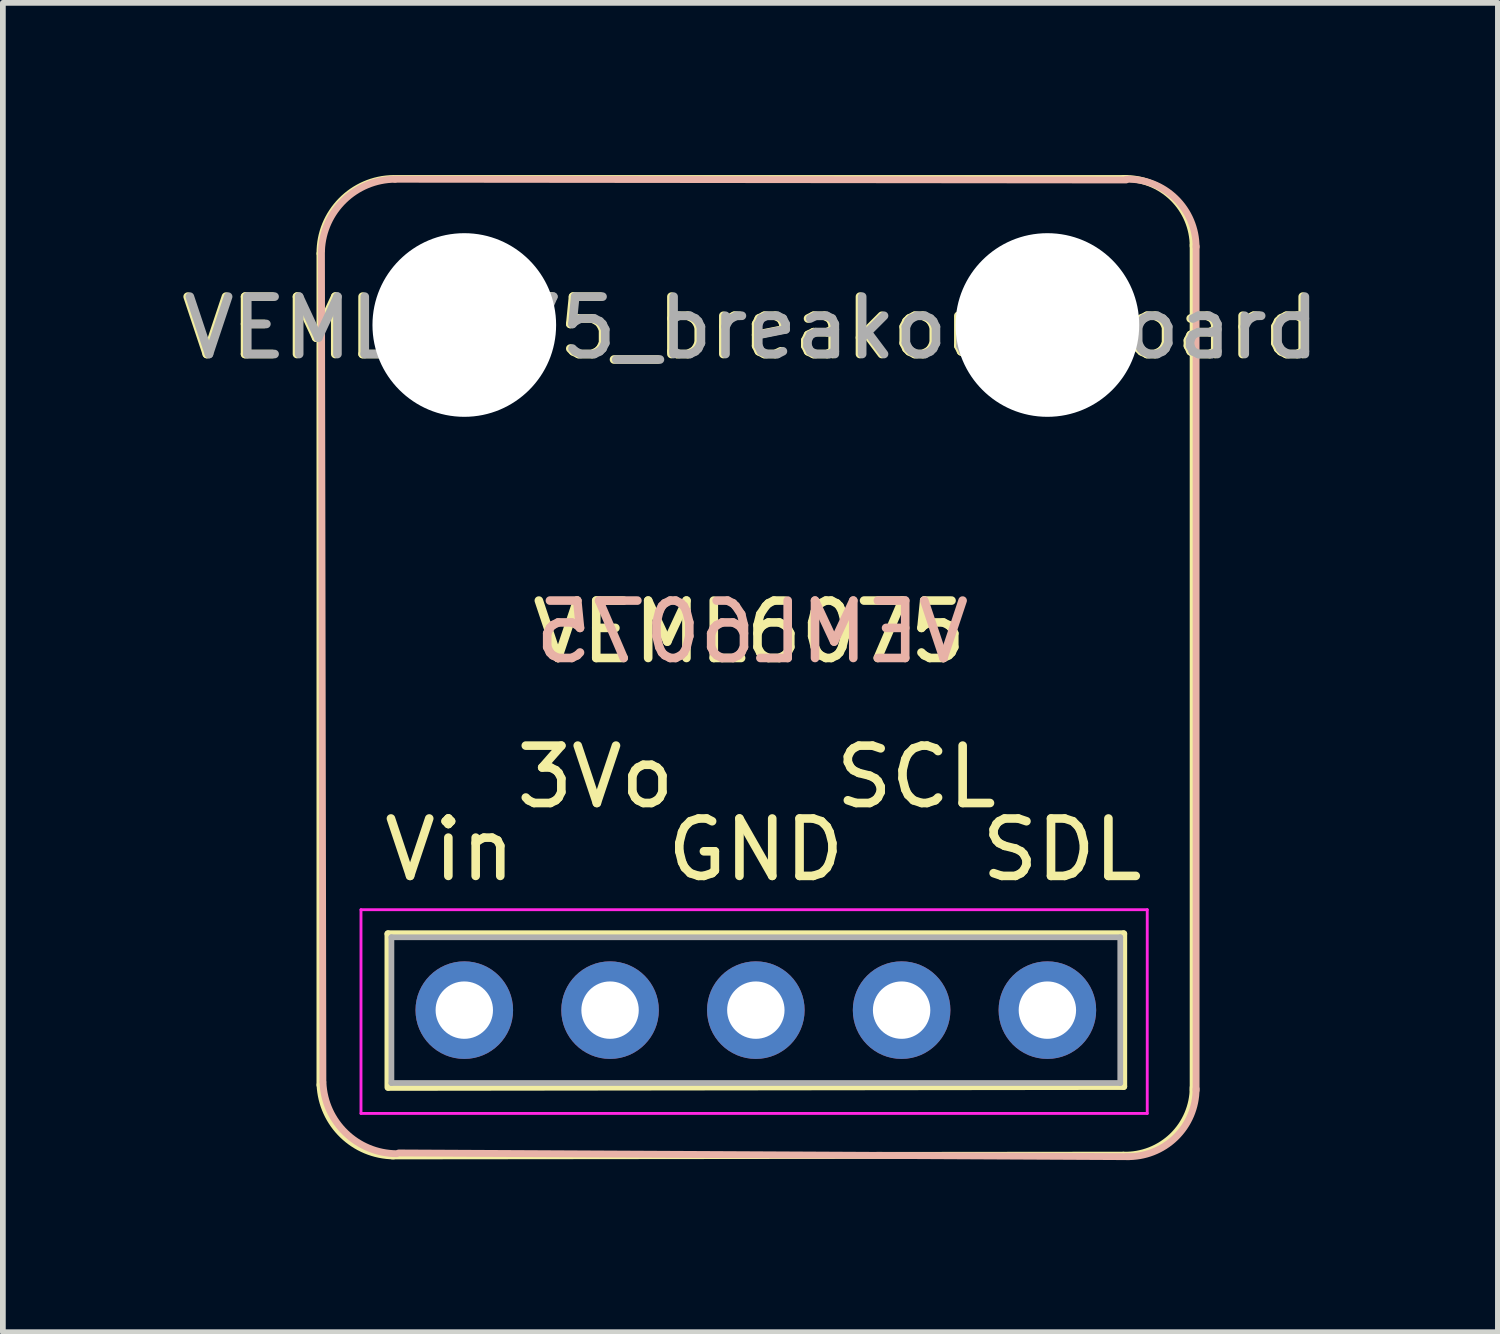
<source format=kicad_pcb>
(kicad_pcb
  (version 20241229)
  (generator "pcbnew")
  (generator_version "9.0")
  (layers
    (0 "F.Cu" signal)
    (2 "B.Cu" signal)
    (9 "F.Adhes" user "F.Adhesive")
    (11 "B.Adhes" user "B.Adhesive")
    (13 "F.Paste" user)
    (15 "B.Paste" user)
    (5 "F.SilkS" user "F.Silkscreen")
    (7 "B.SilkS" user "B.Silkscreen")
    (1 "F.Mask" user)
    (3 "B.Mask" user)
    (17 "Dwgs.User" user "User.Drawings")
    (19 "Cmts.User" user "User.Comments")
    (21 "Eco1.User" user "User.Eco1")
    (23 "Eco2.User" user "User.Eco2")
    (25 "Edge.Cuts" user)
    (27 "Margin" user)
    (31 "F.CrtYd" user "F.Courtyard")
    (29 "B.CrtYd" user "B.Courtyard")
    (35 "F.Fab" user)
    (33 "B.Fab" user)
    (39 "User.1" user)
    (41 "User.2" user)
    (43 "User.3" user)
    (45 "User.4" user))
  (footprint "VEML6075_breakout_board"
    (layer "F.Cu")
    (at 10.12 9.217)
    (property "Reference" "VEML6075_breakout_board" (at -0.114 -6.553 0) (layer "F.SilkS") (effects (font (size 1 1) (thickness 0.15))))
    (attr through_hole)
    (fp_line (start -7.595 6.642) (end -7.595 -7.849) (stroke (width 0.12) (type solid)) (layer "F.SilkS"))
    (fp_line (start -6.41 4.004) (end 6.41 4.004) (stroke (width 0.12) (type solid)) (layer "F.SilkS"))
    (fp_line (start -6.41 6.68) (end -6.41 4.004) (stroke (width 0.12) (type solid)) (layer "F.SilkS"))
    (fp_line (start -6.401 6.68) (end 6.41 6.664) (stroke (width 0.12) (type solid)) (layer "F.SilkS"))
    (fp_line (start -6.274 -9.157) (end 6.452 -9.157) (stroke (width 0.12) (type solid)) (layer "F.SilkS"))
    (fp_line (start 6.401 7.861) (end -6.337 7.874) (stroke (width 0.12) (type solid)) (layer "F.SilkS"))
    (fp_line (start 6.41 6.664) (end 6.41 4.004) (stroke (width 0.12) (type solid)) (layer "F.SilkS"))
    (fp_line (start 7.62 -8.001) (end 7.62 6.731) (stroke (width 0.12) (type solid)) (layer "F.SilkS"))
    (fp_arc (start -7.5946 -7.8486) (mid -7.224167 -8.768306) (end -6.3119 -9.1567) (stroke (width 0.12) (type solid)) (layer "F.SilkS"))
    (fp_arc (start -6.3119 7.874002) (mid -7.200106 7.509511) (end -7.593489 6.633717) (stroke (width 0.12) (type solid)) (layer "F.SilkS"))
    (fp_arc (start 6.405168 -9.156218) (mid 7.262051 -8.822606) (end 7.62 -7.9756) (stroke (width 0.12) (type solid)) (layer "F.SilkS"))
    (fp_arc (start 7.62 6.68066) (mid 7.262322 7.527403) (end 6.405922 7.8613) (stroke (width 0.12) (type solid)) (layer "F.SilkS"))
    (fp_line (start -7.569 -7.887) (end -7.544 6.579) (stroke (width 0.12) (type solid)) (layer "B.SilkS"))
    (fp_line (start -6.223 7.823) (end 6.502 7.887) (stroke (width 0.12) (type solid)) (layer "B.SilkS"))
    (fp_line (start 6.452 -9.131) (end -6.287 -9.144) (stroke (width 0.12) (type solid)) (layer "B.SilkS"))
    (fp_line (start 7.671 6.731) (end 7.671 -7.976) (stroke (width 0.12) (type solid)) (layer "B.SilkS"))
    (fp_arc (start -7.568089 -7.903717) (mid -7.174706 -8.77951) (end -6.2865 -9.144002) (stroke (width 0.12) (type solid)) (layer "B.SilkS"))
    (fp_arc (start -6.261099 7.835899) (mid -7.149177 7.471532) (end -7.542673 6.59597) (stroke (width 0.12) (type solid)) (layer "B.SilkS"))
    (fp_arc (start 6.456722 -9.14354) (mid 7.313122 -8.809643) (end 7.6708 -7.9629) (stroke (width 0.12) (type solid)) (layer "B.SilkS"))
    (fp_arc (start 7.6708 6.7056) (mid 7.312851 7.552606) (end 6.455968 7.886218) (stroke (width 0.12) (type solid)) (layer "B.SilkS"))
    (fp_line (start -6.88 3.584) (end 6.82 3.584) (stroke (width 0.05) (type solid)) (layer "F.CrtYd"))
    (fp_line (start -6.88 7.134) (end -6.88 3.584) (stroke (width 0.05) (type solid)) (layer "F.CrtYd"))
    (fp_line (start 6.82 3.584) (end 6.82 7.134) (stroke (width 0.05) (type solid)) (layer "F.CrtYd"))
    (fp_line (start 6.82 7.134) (end -6.88 7.134) (stroke (width 0.05) (type solid)) (layer "F.CrtYd"))
    (fp_line (start -6.35 4.064) (end 6.35 4.064) (stroke (width 0.1) (type solid)) (layer "F.Fab"))
    (fp_line (start -6.35 6.604) (end -6.35 4.064) (stroke (width 0.1) (type solid)) (layer "F.Fab"))
    (fp_line (start 6.35 4.064) (end 6.35 6.604) (stroke (width 0.1) (type solid)) (layer "F.Fab"))
    (fp_line (start 6.35 6.604) (end -6.35 6.604) (stroke (width 0.1) (type solid)) (layer "F.Fab"))
    (fp_text user "3Vo" (at -2.794 1.27 0) (layer "F.SilkS") (effects (font (size 1 1) (thickness 0.15))))
    (fp_text user "Vin" (at -5.334 2.54 0) (layer "F.SilkS") (effects (font (size 1 1) (thickness 0.15))))
    (fp_text user "VEML6075" (at -0.114 -1.257 0) (layer "F.SilkS") (effects (font (size 1 1) (thickness 0.15))))
    (fp_text user "SDL" (at 5.334 2.54 0) (layer "F.SilkS") (effects (font (size 1 1) (thickness 0.15))))
    (fp_text user "GND" (at 0 2.54 0) (layer "F.SilkS") (effects (font (size 1 1) (thickness 0.15))))
    (fp_text user "SCL" (at 2.794 1.27 0) (layer "F.SilkS") (effects (font (size 1 1) (thickness 0.15))))
    (fp_text user "VEML6075" (at -0.064 -1.257 0) (layer "B.SilkS") (effects (font (size 1 1) (thickness 0.15)) (justify mirror)))
    (fp_text user "${REFERENCE}" (at -0.076 -6.553 180) (layer "F.Fab") (effects (font (size 1 1) (thickness 0.15))))
    (pad "" np_thru_hole circle (at -5.08 -6.604) (size 3.2 3.2) (drill 3.2) (layers "*.Cu" "*.Mask"))
    (pad "" np_thru_hole circle (at 5.08 -6.604) (size 3.2 3.2) (drill 3.2) (layers "*.Cu" "*.Mask"))
    (pad "1" thru_hole circle (at -5.08 5.334 90) (size 1.7 1.7) (drill 1) (layers "*.Cu" "*.Mask"))
    (pad "2" thru_hole oval (at -2.54 5.334 90) (size 1.7 1.7) (drill 1) (layers "*.Cu" "*.Mask"))
    (pad "3" thru_hole oval (at 0 5.334 90) (size 1.7 1.7) (drill 1) (layers "*.Cu" "*.Mask"))
    (pad "4" thru_hole oval (at 2.54 5.334 90) (size 1.7 1.7) (drill 1) (layers "*.Cu" "*.Mask"))
    (pad "5" thru_hole oval (at 5.08 5.334 90) (size 1.7 1.7) (drill 1) (layers "*.Cu" "*.Mask")))
  (gr_rect
    (start -3 -3)
    (end 23.05 20.163)
    (stroke (width 0.1) (type default))
    (fill no)
    (layer "Edge.Cuts")))
</source>
